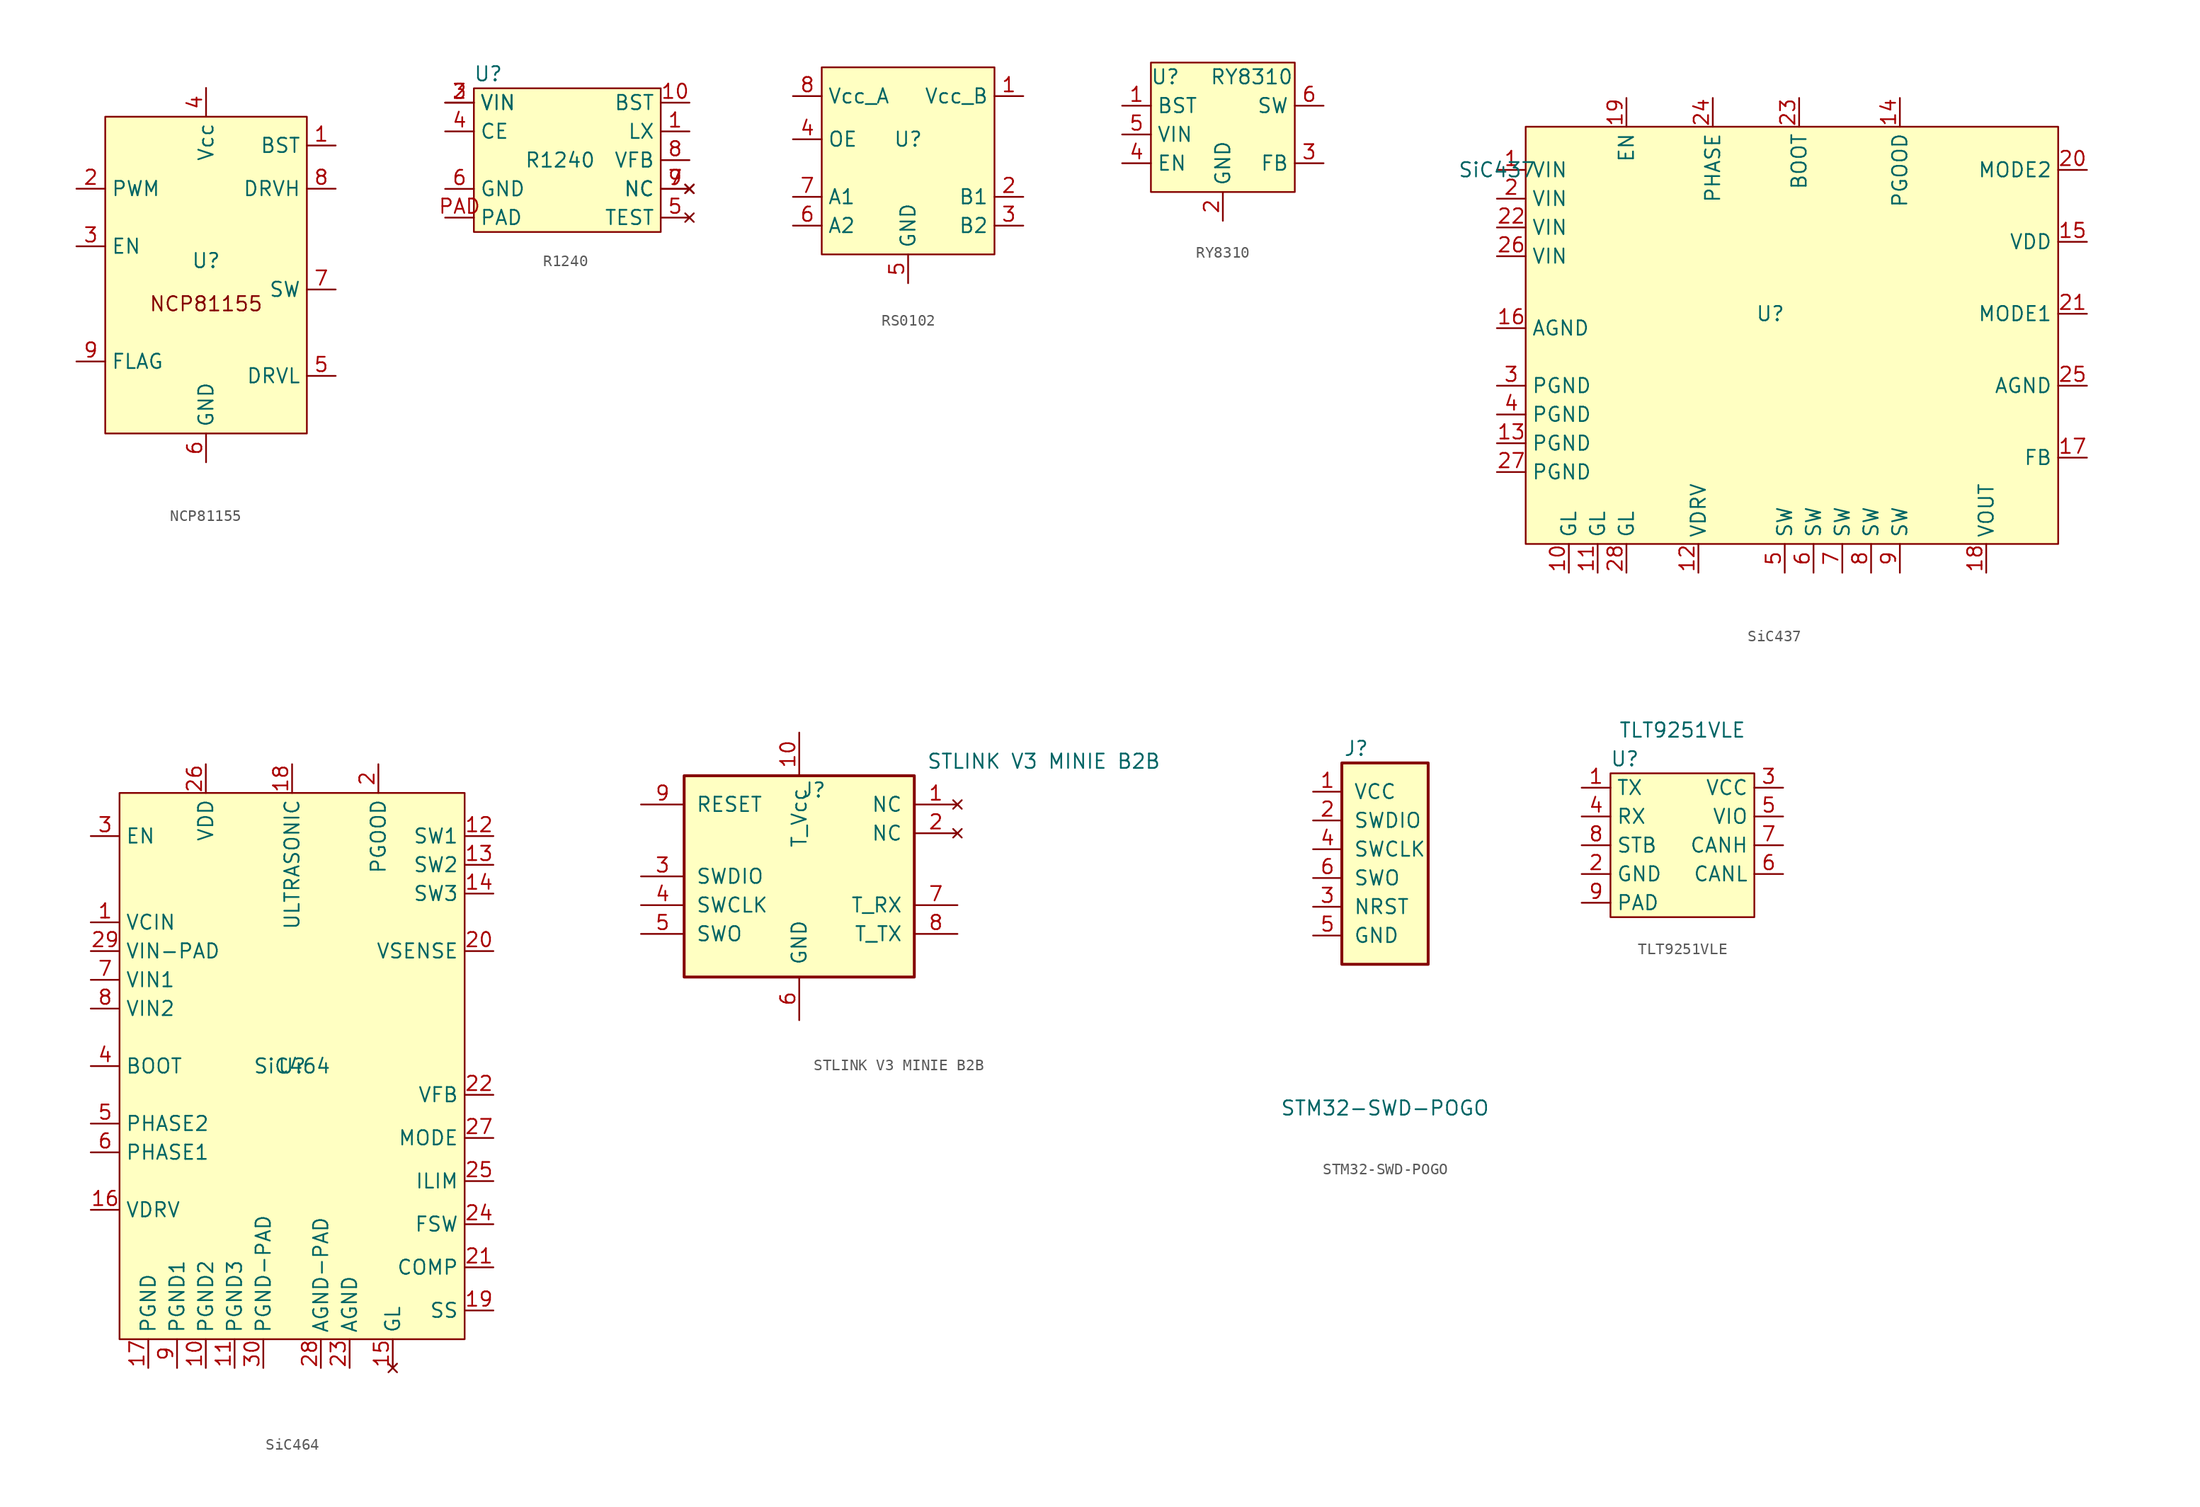
<source format=kicad_sym>
(kicad_symbol_lib
  (version 20231120)
  (generator "kicad_symbol_editor")
  (generator_version "8.0")
  (symbol "NCP81155"
    (property "Reference" "U"
      (at 0 1.27 0)
      (effects (font (size 1.27 1.27))))
    (property "Value" ""
      (at 0 -2.54 0)
      (effects (font (size 1.27 1.27))))
    (symbol "NCP81155_0_0"
      (pin unspecified line (at 11.43 11.43 180) (length 2.54) (name "BST" (effects (font (size 1.27 1.27)))) (number "1" (effects (font (size 1.27 1.27)))))
      (pin unspecified line (at -11.43 7.62 0) (length 2.54) (name "PWM" (effects (font (size 1.27 1.27)))) (number "2" (effects (font (size 1.27 1.27)))))
      (pin unspecified line (at -11.43 2.54 0) (length 2.54) (name "EN" (effects (font (size 1.27 1.27)))) (number "3" (effects (font (size 1.27 1.27)))))
      (pin unspecified line (at 0 16.51 270) (length 2.54) (name "Vcc" (effects (font (size 1.27 1.27)))) (number "4" (effects (font (size 1.27 1.27)))))
      (pin unspecified line (at 11.43 -8.89 180) (length 2.54) (name "DRVL" (effects (font (size 1.27 1.27)))) (number "5" (effects (font (size 1.27 1.27)))))
      (pin unspecified line (at 0 -16.51 90) (length 2.54) (name "GND" (effects (font (size 1.27 1.27)))) (number "6" (effects (font (size 1.27 1.27)))))
      (pin unspecified line (at 11.43 -1.27 180) (length 2.54) (name "SW" (effects (font (size 1.27 1.27)))) (number "7" (effects (font (size 1.27 1.27)))))
      (pin unspecified line (at 11.43 7.62 180) (length 2.54) (name "DRVH" (effects (font (size 1.27 1.27)))) (number "8" (effects (font (size 1.27 1.27)))))
      (pin unspecified line (at -11.43 -7.62 0) (length 2.54) (name "FLAG" (effects (font (size 1.27 1.27)))) (number "9" (effects (font (size 1.27 1.27))))))
    (symbol "NCP81155_1_1"
      (rectangle (start -8.89 13.97) (end 8.89 -13.97) (stroke (width 0) (type default)) (fill (type background)))
      (text "NCP81155" (at 0 -2.54 0) (effects (font (size 1.27 1.27))))))
  (symbol "R1240"
    (property "Reference" "U"
      (at -6.35 8.89 0)
      (effects (font (size 1.27 1.27))))
    (property "Value" "R1240"
      (at 0 1.27 0)
      (effects (font (size 1.27 1.27))))
    (symbol "R1240_0_1"
      (rectangle (start -7.62 7.62) (end 8.89 -5.08) (stroke (width 0.152) (type default)) (fill (type background))))
    (symbol "R1240_1_1"
      (pin input line (at 11.43 3.81 180) (length 2.54) (name "LX" (effects (font (size 1.27 1.27)))) (number "1" (effects (font (size 1.27 1.27)))))
      (pin input line (at 11.43 6.35 180) (length 2.54) (name "BST" (effects (font (size 1.27 1.27)))) (number "10" (effects (font (size 1.27 1.27)))))
      (pin input line (at -10.16 6.35 0) (length 2.54) (name "VIN" (effects (font (size 1.27 1.27)))) (number "2" (effects (font (size 1.27 1.27)))))
      (pin input line (at -10.16 6.35 0) (length 2.54) (name "VIN" (effects (font (size 1.27 1.27)))) (number "3" (effects (font (size 1.27 1.27)))))
      (pin input line (at -10.16 3.81 0) (length 2.54) (name "CE" (effects (font (size 1.27 1.27)))) (number "4" (effects (font (size 1.27 1.27)))))
      (pin no_connect line (at 11.43 -3.81 180) (length 2.54) (name "TEST" (effects (font (size 1.27 1.27)))) (number "5" (effects (font (size 1.27 1.27)))))
      (pin input line (at -10.16 -1.27 0) (length 2.54) (name "GND" (effects (font (size 1.27 1.27)))) (number "6" (effects (font (size 1.27 1.27)))))
      (pin no_connect line (at 11.43 -1.27 180) (length 2.54) (name "NC" (effects (font (size 1.27 1.27)))) (number "7" (effects (font (size 1.27 1.27)))))
      (pin input line (at 11.43 1.27 180) (length 2.54) (name "VFB" (effects (font (size 1.27 1.27)))) (number "8" (effects (font (size 1.27 1.27)))))
      (pin no_connect line (at 11.43 -1.27 180) (length 2.54) (name "NC" (effects (font (size 1.27 1.27)))) (number "9" (effects (font (size 1.27 1.27)))))
      (pin input line (at -10.16 -3.81 0) (length 2.54) (name "PAD" (effects (font (size 1.27 1.27)))) (number "PAD" (effects (font (size 1.27 1.27)))))))
  (symbol "RS0102"
    (property "Reference" "U"
      (at 0 1.27 0)
      (effects (font (size 1.27 1.27))))
    (property "Value" ""
      (at 0 1.27 0)
      (effects (font (size 1.27 1.27))))
    (symbol "RS0102_0_0"
      (pin unspecified line (at 10.16 5.08 180) (length 2.54) (name "Vcc_B" (effects (font (size 1.27 1.27)))) (number "1" (effects (font (size 1.27 1.27)))))
      (pin unspecified line (at 10.16 -3.81 180) (length 2.54) (name "B1" (effects (font (size 1.27 1.27)))) (number "2" (effects (font (size 1.27 1.27)))))
      (pin unspecified line (at 10.16 -6.35 180) (length 2.54) (name "B2" (effects (font (size 1.27 1.27)))) (number "3" (effects (font (size 1.27 1.27)))))
      (pin unspecified line (at -10.16 1.27 0) (length 2.54) (name "OE" (effects (font (size 1.27 1.27)))) (number "4" (effects (font (size 1.27 1.27)))))
      (pin unspecified line (at 0 -11.43 90) (length 2.54) (name "GND" (effects (font (size 1.27 1.27)))) (number "5" (effects (font (size 1.27 1.27)))))
      (pin unspecified line (at -10.16 -6.35 0) (length 2.54) (name "A2" (effects (font (size 1.27 1.27)))) (number "6" (effects (font (size 1.27 1.27)))))
      (pin unspecified line (at -10.16 -3.81 0) (length 2.54) (name "A1" (effects (font (size 1.27 1.27)))) (number "7" (effects (font (size 1.27 1.27)))))
      (pin unspecified line (at -10.16 5.08 0) (length 2.54) (name "Vcc_A" (effects (font (size 1.27 1.27)))) (number "8" (effects (font (size 1.27 1.27))))))
    (symbol "RS0102_1_1"
      (rectangle (start -7.62 7.62) (end 7.62 -8.89) (stroke (width 0) (type default)) (fill (type background)))))
  (symbol "RY8310"
    (property "Reference" "U"
      (at -5.08 7.62 0)
      (effects (font (size 1.27 1.27))))
    (property "Value" "RY8310"
      (at 2.54 7.62 0)
      (effects (font (size 1.27 1.27))))
    (symbol "RY8310_0_1"
      (rectangle (start -6.35 8.89) (end 6.35 -2.54) (stroke (width 0.152) (type default)) (fill (type background))))
    (symbol "RY8310_1_1"
      (pin input line (at -8.89 5.08 0) (length 2.54) (name "BST" (effects (font (size 1.27 1.27)))) (number "1" (effects (font (size 1.27 1.27)))))
      (pin input line (at 0 -5.08 90) (length 2.54) (name "GND" (effects (font (size 1.27 1.27)))) (number "2" (effects (font (size 1.27 1.27)))))
      (pin input line (at 8.89 0 180) (length 2.54) (name "FB" (effects (font (size 1.27 1.27)))) (number "3" (effects (font (size 1.27 1.27)))))
      (pin input line (at -8.89 0 0) (length 2.54) (name "EN" (effects (font (size 1.27 1.27)))) (number "4" (effects (font (size 1.27 1.27)))))
      (pin input line (at -8.89 2.54 0) (length 2.54) (name "VIN" (effects (font (size 1.27 1.27)))) (number "5" (effects (font (size 1.27 1.27)))))
      (pin input line (at 8.89 5.08 180) (length 2.54) (name "SW" (effects (font (size 1.27 1.27)))) (number "6" (effects (font (size 1.27 1.27)))))))
  (symbol "SiC437"
    (property "Reference" "U"
      (at -2.54 0 0)
      (effects (font (size 1.27 1.27))))
    (property "Value" "SiC437"
      (at -26.67 12.7 0)
      (effects (font (size 1.27 1.27))))
    (symbol "SiC437_0_0"
      (pin power_in line (at -26.67 12.7 0) (length 2.54) (name "VIN" (effects (font (size 1.27 1.27)))) (number "1" (effects (font (size 1.27 1.27)))))
      (pin output line (at -20.32 -22.86 90) (length 2.54) (name "GL" (effects (font (size 1.27 1.27)))) (number "10" (effects (font (size 1.27 1.27)))))
      (pin output line (at -17.78 -22.86 90) (length 2.54) (name "GL" (effects (font (size 1.27 1.27)))) (number "11" (effects (font (size 1.27 1.27)))))
      (pin passive line (at -8.89 -22.86 90) (length 2.54) (name "VDRV" (effects (font (size 1.27 1.27)))) (number "12" (effects (font (size 1.27 1.27)))))
      (pin power_in line (at -26.67 -11.43 0) (length 2.54) (name "PGND" (effects (font (size 1.27 1.27)))) (number "13" (effects (font (size 1.27 1.27)))))
      (pin output line (at 8.89 19.05 270) (length 2.54) (name "PGOOD" (effects (font (size 1.27 1.27)))) (number "14" (effects (font (size 1.27 1.27)))))
      (pin passive line (at 25.4 6.35 180) (length 2.54) (name "VDD" (effects (font (size 1.27 1.27)))) (number "15" (effects (font (size 1.27 1.27)))))
      (pin power_in line (at -26.67 -1.27 0) (length 2.54) (name "AGND" (effects (font (size 1.27 1.27)))) (number "16" (effects (font (size 1.27 1.27)))))
      (pin input line (at 25.4 -12.7 180) (length 2.54) (name "FB" (effects (font (size 1.27 1.27)))) (number "17" (effects (font (size 1.27 1.27)))))
      (pin power_out line (at 16.51 -22.86 90) (length 2.54) (name "VOUT" (effects (font (size 1.27 1.27)))) (number "18" (effects (font (size 1.27 1.27)))))
      (pin input line (at -15.24 19.05 270) (length 2.54) (name "EN" (effects (font (size 1.27 1.27)))) (number "19" (effects (font (size 1.27 1.27)))))
      (pin power_in line (at -26.67 10.16 0) (length 2.54) (name "VIN" (effects (font (size 1.27 1.27)))) (number "2" (effects (font (size 1.27 1.27)))))
      (pin input line (at 25.4 12.7 180) (length 2.54) (name "MODE2" (effects (font (size 1.27 1.27)))) (number "20" (effects (font (size 1.27 1.27)))))
      (pin input line (at 25.4 0 180) (length 2.54) (name "MODE1" (effects (font (size 1.27 1.27)))) (number "21" (effects (font (size 1.27 1.27)))))
      (pin power_in line (at -26.67 7.62 0) (length 2.54) (name "VIN" (effects (font (size 1.27 1.27)))) (number "22" (effects (font (size 1.27 1.27)))))
      (pin passive line (at 0 19.05 270) (length 2.54) (name "BOOT" (effects (font (size 1.27 1.27)))) (number "23" (effects (font (size 1.27 1.27)))))
      (pin passive line (at -7.62 19.05 270) (length 2.54) (name "PHASE" (effects (font (size 1.27 1.27)))) (number "24" (effects (font (size 1.27 1.27)))))
      (pin power_in line (at 25.4 -6.35 180) (length 2.54) (name "AGND" (effects (font (size 1.27 1.27)))) (number "25" (effects (font (size 1.27 1.27)))))
      (pin power_in line (at -26.67 5.08 0) (length 2.54) (name "VIN" (effects (font (size 1.27 1.27)))) (number "26" (effects (font (size 1.27 1.27)))))
      (pin power_in line (at -26.67 -13.97 0) (length 2.54) (name "PGND" (effects (font (size 1.27 1.27)))) (number "27" (effects (font (size 1.27 1.27)))))
      (pin output line (at -15.24 -22.86 90) (length 2.54) (name "GL" (effects (font (size 1.27 1.27)))) (number "28" (effects (font (size 1.27 1.27)))))
      (pin power_in line (at -26.67 -6.35 0) (length 2.54) (name "PGND" (effects (font (size 1.27 1.27)))) (number "3" (effects (font (size 1.27 1.27)))))
      (pin power_in line (at -26.67 -8.89 0) (length 2.54) (name "PGND" (effects (font (size 1.27 1.27)))) (number "4" (effects (font (size 1.27 1.27)))))
      (pin output line (at -1.27 -22.86 90) (length 2.54) (name "SW" (effects (font (size 1.27 1.27)))) (number "5" (effects (font (size 1.27 1.27))))))
    (symbol "SiC437_1_0"
      (pin output line (at 1.27 -22.86 90) (length 2.54) (name "SW" (effects (font (size 1.27 1.27)))) (number "6" (effects (font (size 1.27 1.27)))))
      (pin output line (at 3.81 -22.86 90) (length 2.54) (name "SW" (effects (font (size 1.27 1.27)))) (number "7" (effects (font (size 1.27 1.27)))))
      (pin output line (at 6.35 -22.86 90) (length 2.54) (name "SW" (effects (font (size 1.27 1.27)))) (number "8" (effects (font (size 1.27 1.27)))))
      (pin output line (at 8.89 -22.86 90) (length 2.54) (name "SW" (effects (font (size 1.27 1.27)))) (number "9" (effects (font (size 1.27 1.27))))))
    (symbol "SiC437_1_1"
      (rectangle (start -24.13 16.51) (end 22.86 -20.32) (stroke (width 0) (type default)) (fill (type background)))))
  (symbol "SiC464"
    (property "Reference" "U"
      (at 0 0 0)
      (effects (font (size 1.27 1.27))))
    (property "Value" "SiC464"
      (at 0 0 0)
      (effects (font (size 1.27 1.27))))
    (symbol "SiC464_1_1"
      (rectangle (start -15.24 24.13) (end 15.24 -24.13) (stroke (width 0) (type default)) (fill (type background)))
      (pin input line (at -17.78 12.7 0) (length 2.54) (name "VCIN" (effects (font (size 1.27 1.27)))) (number "1" (effects (font (size 1.27 1.27)))))
      (pin power_out line (at -7.62 -26.67 90) (length 2.54) (name "PGND2" (effects (font (size 1.27 1.27)))) (number "10" (effects (font (size 1.27 1.27)))))
      (pin power_out line (at -5.08 -26.67 90) (length 2.54) (name "PGND3" (effects (font (size 1.27 1.27)))) (number "11" (effects (font (size 1.27 1.27)))))
      (pin power_out line (at 17.78 20.32 180) (length 2.54) (name "SW1" (effects (font (size 1.27 1.27)))) (number "12" (effects (font (size 1.27 1.27)))))
      (pin power_out line (at 17.78 17.78 180) (length 2.54) (name "SW2" (effects (font (size 1.27 1.27)))) (number "13" (effects (font (size 1.27 1.27)))))
      (pin power_out line (at 17.78 15.24 180) (length 2.54) (name "SW3" (effects (font (size 1.27 1.27)))) (number "14" (effects (font (size 1.27 1.27)))))
      (pin no_connect line (at 8.89 -26.67 90) (length 2.54) (name "GL" (effects (font (size 1.27 1.27)))) (number "15" (effects (font (size 1.27 1.27)))))
      (pin passive line (at -17.78 -12.7 0) (length 2.54) (name "VDRV" (effects (font (size 1.27 1.27)))) (number "16" (effects (font (size 1.27 1.27)))))
      (pin power_out line (at -12.7 -26.67 90) (length 2.54) (name "PGND" (effects (font (size 1.27 1.27)))) (number "17" (effects (font (size 1.27 1.27)))))
      (pin input line (at 0 26.67 270) (length 2.54) (name "ULTRASONIC" (effects (font (size 1.27 1.27)))) (number "18" (effects (font (size 1.27 1.27)))))
      (pin passive line (at 17.78 -21.59 180) (length 2.54) (name "SS" (effects (font (size 1.27 1.27)))) (number "19" (effects (font (size 1.27 1.27)))))
      (pin output line (at 7.62 26.67 270) (length 2.54) (name "PGOOD" (effects (font (size 1.27 1.27)))) (number "2" (effects (font (size 1.27 1.27)))))
      (pin input line (at 17.78 10.16 180) (length 2.54) (name "VSENSE" (effects (font (size 1.27 1.27)))) (number "20" (effects (font (size 1.27 1.27)))))
      (pin passive line (at 17.78 -17.78 180) (length 2.54) (name "COMP" (effects (font (size 1.27 1.27)))) (number "21" (effects (font (size 1.27 1.27)))))
      (pin input line (at 17.78 -2.54 180) (length 2.54) (name "VFB" (effects (font (size 1.27 1.27)))) (number "22" (effects (font (size 1.27 1.27)))))
      (pin power_out line (at 5.08 -26.67 90) (length 2.54) (name "AGND" (effects (font (size 1.27 1.27)))) (number "23" (effects (font (size 1.27 1.27)))))
      (pin output line (at 17.78 -13.97 180) (length 2.54) (name "FSW" (effects (font (size 1.27 1.27)))) (number "24" (effects (font (size 1.27 1.27)))))
      (pin output line (at 17.78 -10.16 180) (length 2.54) (name "ILIM" (effects (font (size 1.27 1.27)))) (number "25" (effects (font (size 1.27 1.27)))))
      (pin power_out line (at -7.62 26.67 270) (length 2.54) (name "VDD" (effects (font (size 1.27 1.27)))) (number "26" (effects (font (size 1.27 1.27)))))
      (pin input line (at 17.78 -6.35 180) (length 2.54) (name "MODE" (effects (font (size 1.27 1.27)))) (number "27" (effects (font (size 1.27 1.27)))))
      (pin power_out line (at 2.54 -26.67 90) (length 2.54) (name "AGND-PAD" (effects (font (size 1.27 1.27)))) (number "28" (effects (font (size 1.27 1.27)))))
      (pin power_in line (at -17.78 10.16 0) (length 2.54) (name "VIN-PAD" (effects (font (size 1.27 1.27)))) (number "29" (effects (font (size 1.27 1.27)))))
      (pin input line (at -17.78 20.32 0) (length 2.54) (name "EN" (effects (font (size 1.27 1.27)))) (number "3" (effects (font (size 1.27 1.27)))))
      (pin power_out line (at -2.54 -26.67 90) (length 2.54) (name "PGND-PAD" (effects (font (size 1.27 1.27)))) (number "30" (effects (font (size 1.27 1.27)))))
      (pin passive line (at -17.78 0 0) (length 2.54) (name "BOOT" (effects (font (size 1.27 1.27)))) (number "4" (effects (font (size 1.27 1.27)))))
      (pin passive line (at -17.78 -5.08 0) (length 2.54) (name "PHASE2" (effects (font (size 1.27 1.27)))) (number "5" (effects (font (size 1.27 1.27)))))
      (pin passive line (at -17.78 -7.62 0) (length 2.54) (name "PHASE1" (effects (font (size 1.27 1.27)))) (number "6" (effects (font (size 1.27 1.27)))))
      (pin power_in line (at -17.78 7.62 0) (length 2.54) (name "VIN1" (effects (font (size 1.27 1.27)))) (number "7" (effects (font (size 1.27 1.27)))))
      (pin power_in line (at -17.78 5.08 0) (length 2.54) (name "VIN2" (effects (font (size 1.27 1.27)))) (number "8" (effects (font (size 1.27 1.27)))))
      (pin power_out line (at -10.16 -26.67 90) (length 2.54) (name "PGND1" (effects (font (size 1.27 1.27)))) (number "9" (effects (font (size 1.27 1.27)))))))
  (symbol "STLINK V3 MINIE B2B"
    (pin_names
      (offset 1.016))
    (property "Reference" "J"
      (at 1.27 7.62 0)
      (effects (font (size 1.27 1.27))))
    (property "Value" "STLINK V3 MINIE B2B"
      (at 21.59 10.16 0)
      (effects (font (size 1.27 1.27))))
    (symbol "STLINK V3 MINIE B2B_1_1"
      (rectangle (start -10.16 8.89) (end 10.16 -8.89) (stroke (width 0.254) (type default)) (fill (type background)))
      (pin no_connect line (at 13.97 6.35 180) (length 3.81) (name "NC" (effects (font (size 1.27 1.27)))) (number "1" (effects (font (size 1.27 1.27)))))
      (pin passive line (at 0 12.7 270) (length 3.81) (name "T_Vcc" (effects (font (size 1.27 1.27)))) (number "10" (effects (font (size 1.27 1.27)))))
      (pin no_connect line (at 13.97 3.81 180) (length 3.81) (name "NC" (effects (font (size 1.27 1.27)))) (number "2" (effects (font (size 1.27 1.27)))))
      (pin passive line (at -13.97 0 0) (length 3.81) (name "SWDIO" (effects (font (size 1.27 1.27)))) (number "3" (effects (font (size 1.27 1.27)))))
      (pin passive line (at -13.97 -2.54 0) (length 3.81) (name "SWCLK" (effects (font (size 1.27 1.27)))) (number "4" (effects (font (size 1.27 1.27)))))
      (pin passive line (at -13.97 -5.08 0) (length 3.81) (name "SWO" (effects (font (size 1.27 1.27)))) (number "5" (effects (font (size 1.27 1.27)))))
      (pin passive line (at 0 -12.7 90) (length 3.81) (name "GND" (effects (font (size 1.27 1.27)))) (number "6" (effects (font (size 1.27 1.27)))))
      (pin passive line (at 13.97 -2.54 180) (length 3.81) (name "T_RX" (effects (font (size 1.27 1.27)))) (number "7" (effects (font (size 1.27 1.27)))))
      (pin passive line (at 13.97 -5.08 180) (length 3.81) (name "T_TX" (effects (font (size 1.27 1.27)))) (number "8" (effects (font (size 1.27 1.27)))))
      (pin passive line (at -13.97 6.35 0) (length 3.81) (name "RESET" (effects (font (size 1.27 1.27)))) (number "9" (effects (font (size 1.27 1.27)))))))
  (symbol "STM32-SWD-POGO"
    (pin_names
      (offset 1.016))
    (property "Reference" "J"
      (at -2.54 10.16 0)
      (effects (font (size 1.27 1.27))))
    (property "Value" "STM32-SWD-POGO"
      (at 0 -21.59 0)
      (effects (font (size 1.27 1.27))))
    (symbol "STM32-SWD-POGO_0_0"
      (pin unspecified line (at -6.35 6.35 0) (length 2.54) (name "VCC" (effects (font (size 1.27 1.27)))) (number "1" (effects (font (size 1.27 1.27)))))
      (pin unspecified line (at -6.35 3.81 0) (length 2.54) (name "SWDIO" (effects (font (size 1.27 1.27)))) (number "2" (effects (font (size 1.27 1.27)))))
      (pin unspecified line (at -6.35 -3.81 0) (length 2.54) (name "NRST" (effects (font (size 1.27 1.27)))) (number "3" (effects (font (size 1.27 1.27)))))
      (pin unspecified line (at -6.35 1.27 0) (length 2.54) (name "SWCLK" (effects (font (size 1.27 1.27)))) (number "4" (effects (font (size 1.27 1.27)))))
      (pin unspecified line (at -6.35 -6.35 0) (length 2.54) (name "GND" (effects (font (size 1.27 1.27)))) (number "5" (effects (font (size 1.27 1.27)))))
      (pin unspecified line (at -6.35 -1.27 0) (length 2.54) (name "SWO" (effects (font (size 1.27 1.27)))) (number "6" (effects (font (size 1.27 1.27))))))
    (symbol "STM32-SWD-POGO_1_1"
      (rectangle (start -3.81 8.89) (end 3.81 -8.89) (stroke (width 0.254) (type default)) (fill (type background)))))
  (symbol "TLT9251VLE"
    (property "Reference" "U"
      (at -5.08 5.08 0)
      (effects (font (size 1.27 1.27))))
    (property "Value" "TLT9251VLE"
      (at 0 7.62 0)
      (effects (font (size 1.27 1.27))))
    (symbol "TLT9251VLE_0_0"
      (rectangle (start -6.35 3.81) (end 6.35 -8.89) (stroke (width 0.152) (type default)) (fill (type background))))
    (symbol "TLT9251VLE_1_1"
      (pin input line (at -8.89 2.54 0) (length 2.54) (name "TX" (effects (font (size 1.27 1.27)))) (number "1" (effects (font (size 1.27 1.27)))))
      (pin input line (at -8.89 -5.08 0) (length 2.54) (name "GND" (effects (font (size 1.27 1.27)))) (number "2" (effects (font (size 1.27 1.27)))))
      (pin input line (at 8.89 2.54 180) (length 2.54) (name "VCC" (effects (font (size 1.27 1.27)))) (number "3" (effects (font (size 1.27 1.27)))))
      (pin input line (at -8.89 0 0) (length 2.54) (name "RX" (effects (font (size 1.27 1.27)))) (number "4" (effects (font (size 1.27 1.27)))))
      (pin input line (at 8.89 0 180) (length 2.54) (name "VIO" (effects (font (size 1.27 1.27)))) (number "5" (effects (font (size 1.27 1.27)))))
      (pin input line (at 8.89 -5.08 180) (length 2.54) (name "CANL" (effects (font (size 1.27 1.27)))) (number "6" (effects (font (size 1.27 1.27)))))
      (pin input line (at 8.89 -2.54 180) (length 2.54) (name "CANH" (effects (font (size 1.27 1.27)))) (number "7" (effects (font (size 1.27 1.27)))))
      (pin input line (at -8.89 -2.54 0) (length 2.54) (name "STB" (effects (font (size 1.27 1.27)))) (number "8" (effects (font (size 1.27 1.27)))))
      (pin input line (at -8.89 -7.62 0) (length 2.54) (name "PAD" (effects (font (size 1.27 1.27)))) (number "9" (effects (font (size 1.27 1.27))))))))
</source>
